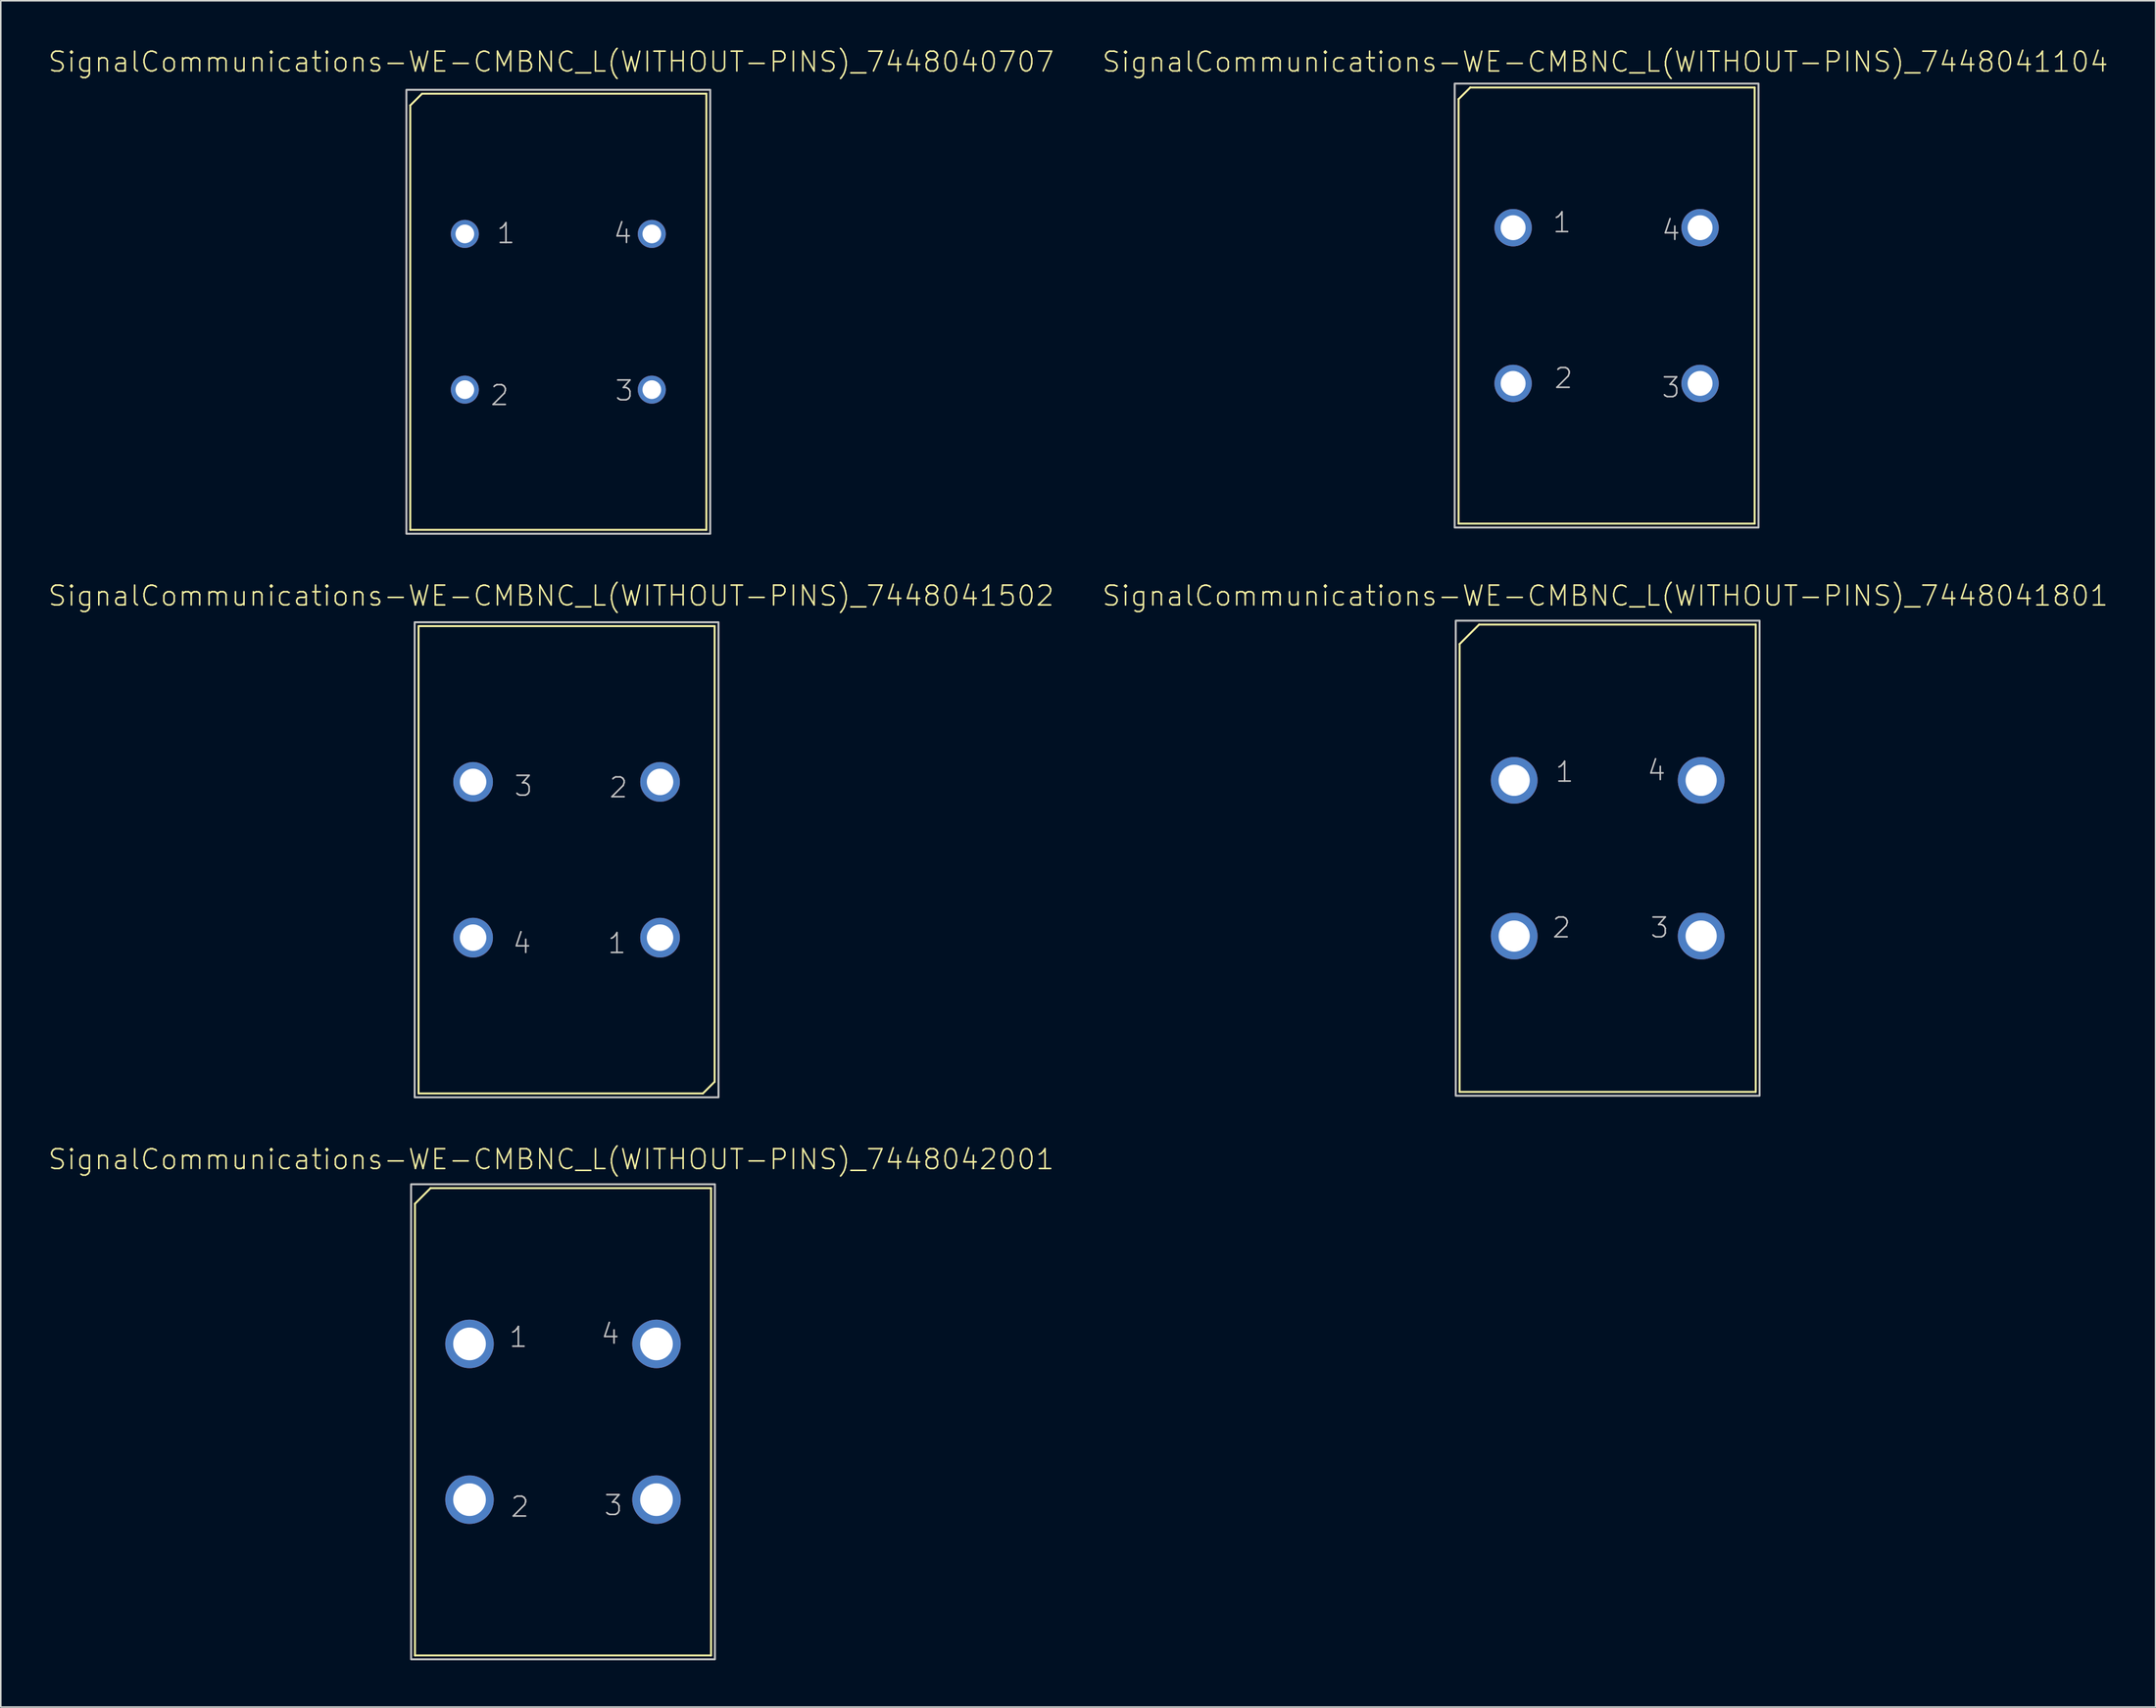
<source format=kicad_pcb>
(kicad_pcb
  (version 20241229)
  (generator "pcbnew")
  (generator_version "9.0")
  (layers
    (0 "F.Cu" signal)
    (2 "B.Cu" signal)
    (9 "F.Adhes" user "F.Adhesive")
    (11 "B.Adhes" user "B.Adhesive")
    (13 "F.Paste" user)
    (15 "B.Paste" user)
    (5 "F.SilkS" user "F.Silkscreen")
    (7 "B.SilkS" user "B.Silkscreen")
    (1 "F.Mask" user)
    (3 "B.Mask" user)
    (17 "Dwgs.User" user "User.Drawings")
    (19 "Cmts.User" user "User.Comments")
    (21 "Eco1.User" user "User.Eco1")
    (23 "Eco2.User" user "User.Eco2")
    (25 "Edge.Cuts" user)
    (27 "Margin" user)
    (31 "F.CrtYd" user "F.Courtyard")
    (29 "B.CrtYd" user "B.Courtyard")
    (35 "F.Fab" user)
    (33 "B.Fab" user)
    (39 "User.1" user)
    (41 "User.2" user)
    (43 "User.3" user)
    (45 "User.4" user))
  (footprint "SignalCommunications-WE-CMBNC_L(WITHOUT-PINS)_7448041801"
    (layer "F.Cu")
    (at 100.117 52.041)
    (property "Reference" "SignalCommunications-WE-CMBNC_L(WITHOUT-PINS)_7448041801" (at -0.157 -16.843 0) (layer "F.SilkS") (effects (font (size 1.27 1.27) (thickness 0.102))))
    (attr exclude_from_pos_files exclude_from_bom)
    (fp_line (start -9.5 14.999) (end -9.5 -13.749) (stroke (width 0.127) (type solid)) (layer "F.SilkS"))
    (fp_line (start -8.25 -14.999) (end -9.5 -13.749) (stroke (width 0.127) (type solid)) (layer "F.SilkS"))
    (fp_line (start -8.25 -14.999) (end 9.5 -14.999) (stroke (width 0.127) (type solid)) (layer "F.SilkS"))
    (fp_line (start 9.5 -14.999) (end 9.5 14.999) (stroke (width 0.127) (type solid)) (layer "F.SilkS"))
    (fp_line (start 9.5 14.999) (end -9.5 14.999) (stroke (width 0.127) (type solid)) (layer "F.SilkS"))
    (fp_poly (pts (xy -9.749 15.248) (xy -9.749 -15.248) (xy 9.749 -15.248) (xy 9.749 15.248) (xy -9.749 15.248)) (stroke (width 0.127) (type solid)) (fill no) (layer "Dwgs.User"))
    (fp_text user "2" (at -2.964 4.463 0) (layer "Dwgs.User") (effects (font (size 1.27 1.27) (thickness 0.102))))
    (fp_text user "3" (at 3.332 4.463 0) (layer "Dwgs.User") (effects (font (size 1.27 1.27) (thickness 0.102))))
    (fp_text user "4" (at 3.134 -5.634 0) (layer "Dwgs.User") (effects (font (size 1.27 1.27) (thickness 0.102))))
    (fp_text user "1" (at -2.764 -5.535 0) (layer "Dwgs.User") (effects (font (size 1.27 1.27) (thickness 0.102))))
    (pad "1" thru_hole circle (at -5.999 -4.999) (size 3 3) (drill 1.999) (layers "*.Cu" "*.Paste" "*.Mask"))
    (pad "2" thru_hole circle (at -5.999 4.999) (size 3 3) (drill 1.999) (layers "*.Cu" "*.Paste" "*.Mask"))
    (pad "3" thru_hole circle (at 5.999 4.999) (size 3 3) (drill 1.999) (layers "*.Cu" "*.Paste" "*.Mask"))
    (pad "4" thru_hole circle (at 5.999 -4.999) (size 3 3) (drill 1.999) (layers "*.Cu" "*.Paste" "*.Mask")))
  (footprint "SignalCommunications-WE-CMBNC_L(WITHOUT-PINS)_7448042001"
    (layer "F.Cu")
    (at 33.079 88.218)
    (property "Reference" "SignalCommunications-WE-CMBNC_L(WITHOUT-PINS)_7448042001" (at -0.759 -16.843 0) (layer "F.SilkS") (effects (font (size 1.27 1.27) (thickness 0.102))))
    (attr exclude_from_pos_files exclude_from_bom)
    (fp_line (start -9.5 -13.998) (end -8.499 -14.999) (stroke (width 0.127) (type solid)) (layer "F.SilkS"))
    (fp_line (start -9.5 14.999) (end -9.5 -13.998) (stroke (width 0.127) (type solid)) (layer "F.SilkS"))
    (fp_line (start -8.499 -14.999) (end 9.5 -14.999) (stroke (width 0.127) (type solid)) (layer "F.SilkS"))
    (fp_line (start 9.5 -14.999) (end 9.5 14.999) (stroke (width 0.127) (type solid)) (layer "F.SilkS"))
    (fp_line (start 9.5 14.999) (end -9.5 14.999) (stroke (width 0.127) (type solid)) (layer "F.SilkS"))
    (fp_poly (pts (xy 9.749 -15.248) (xy 9.749 15.248) (xy -9.749 15.248) (xy -9.749 -15.248) (xy 9.749 -15.248)) (stroke (width 0.127) (type solid)) (fill no) (layer "Dwgs.User"))
    (fp_text user "3" (at 3.233 5.364 0) (layer "Dwgs.User") (effects (font (size 1.27 1.27) (thickness 0.102))))
    (fp_text user "2" (at -2.764 5.464 0) (layer "Dwgs.User") (effects (font (size 1.27 1.27) (thickness 0.102))))
    (fp_text user "1" (at -2.863 -5.433 0) (layer "Dwgs.User") (effects (font (size 1.27 1.27) (thickness 0.102))))
    (fp_text user "4" (at 3.033 -5.634 0) (layer "Dwgs.User") (effects (font (size 1.27 1.27) (thickness 0.102))))
    (pad "1" thru_hole circle (at -5.999 -4.999) (size 3.114 3.114) (drill 2.098) (layers "*.Cu" "*.Paste" "*.Mask"))
    (pad "2" thru_hole circle (at -5.999 4.999) (size 3.114 3.114) (drill 2.098) (layers "*.Cu" "*.Paste" "*.Mask"))
    (pad "3" thru_hole circle (at 5.999 4.999) (size 3.114 3.114) (drill 2.098) (layers "*.Cu" "*.Paste" "*.Mask"))
    (pad "4" thru_hole circle (at 5.999 -4.999) (size 3.114 3.114) (drill 2.098) (layers "*.Cu" "*.Paste" "*.Mask")))
  (footprint "SignalCommunications-WE-CMBNC_L(WITHOUT-PINS)_7448040707"
    (layer "F.Cu")
    (at 32.779 16.964)
    (property "Reference" "SignalCommunications-WE-CMBNC_L(WITHOUT-PINS)_7448040707" (at -0.46 -16.043 0) (layer "F.SilkS") (effects (font (size 1.27 1.27) (thickness 0.102))))
    (attr exclude_from_pos_files exclude_from_bom)
    (fp_line (start -9.5 13.998) (end -9.5 -13.249) (stroke (width 0.127) (type solid)) (layer "F.SilkS"))
    (fp_line (start -8.748 -13.998) (end -9.5 -13.249) (stroke (width 0.127) (type solid)) (layer "F.SilkS"))
    (fp_line (start -8.748 -13.998) (end 9.5 -13.998) (stroke (width 0.127) (type solid)) (layer "F.SilkS"))
    (fp_line (start 9.5 -13.998) (end 9.5 13.998) (stroke (width 0.127) (type solid)) (layer "F.SilkS"))
    (fp_line (start 9.5 13.998) (end -9.5 13.998) (stroke (width 0.127) (type solid)) (layer "F.SilkS"))
    (fp_poly (pts (xy 9.749 -14.249) (xy 9.749 14.249) (xy -9.749 14.249) (xy -9.749 -14.249) (xy 9.749 -14.249)) (stroke (width 0.127) (type solid)) (fill no) (layer "Dwgs.User"))
    (fp_text user "4" (at 4.133 -5.034 0) (layer "Dwgs.User") (effects (font (size 1.27 1.27) (thickness 0.102))))
    (fp_text user "1" (at -3.363 -5.034 0) (layer "Dwgs.User") (effects (font (size 1.27 1.27) (thickness 0.102))))
    (fp_text user "3" (at 4.234 5.065 0) (layer "Dwgs.User") (effects (font (size 1.27 1.27) (thickness 0.102))))
    (fp_text user "2" (at -3.764 5.364 0) (layer "Dwgs.User") (effects (font (size 1.27 1.27) (thickness 0.102))))
    (pad "1" thru_hole circle (at -5.999 -4.999) (size 1.798 1.798) (drill 1.199) (layers "*.Cu" "*.Paste" "*.Mask"))
    (pad "2" thru_hole circle (at -5.999 4.999) (size 1.798 1.798) (drill 1.199) (layers "*.Cu" "*.Paste" "*.Mask"))
    (pad "3" thru_hole circle (at 5.999 4.999) (size 1.798 1.798) (drill 1.199) (layers "*.Cu" "*.Paste" "*.Mask"))
    (pad "4" thru_hole circle (at 5.999 -4.999) (size 1.798 1.798) (drill 1.199) (layers "*.Cu" "*.Paste" "*.Mask")))
  (footprint "SignalCommunications-WE-CMBNC_L(WITHOUT-PINS)_7448041502"
    (layer "F.Cu")
    (at 33.308 52.142)
    (property "Reference" "SignalCommunications-WE-CMBNC_L(WITHOUT-PINS)_7448041502" (at -0.988 -16.944 0) (layer "F.SilkS") (effects (font (size 1.27 1.27) (thickness 0.102))))
    (attr exclude_from_pos_files exclude_from_bom)
    (fp_line (start -9.5 -14.999) (end 9.5 -14.999) (stroke (width 0.127) (type solid)) (layer "F.SilkS"))
    (fp_line (start -9.5 14.999) (end -9.5 -14.999) (stroke (width 0.127) (type solid)) (layer "F.SilkS"))
    (fp_line (start 8.748 14.999) (end -9.5 14.999) (stroke (width 0.127) (type solid)) (layer "F.SilkS"))
    (fp_line (start 8.748 14.999) (end 9.5 14.249) (stroke (width 0.127) (type solid)) (layer "F.SilkS"))
    (fp_line (start 9.5 -14.999) (end 9.5 14.249) (stroke (width 0.127) (type solid)) (layer "F.SilkS"))
    (fp_poly (pts (xy 9.749 -15.248) (xy 9.749 15.248) (xy -9.749 15.248) (xy -9.749 -15.248) (xy 9.749 -15.248)) (stroke (width 0.127) (type solid)) (fill no) (layer "Dwgs.User"))
    (fp_text user "4" (at -2.863 5.364 0) (layer "Dwgs.User") (effects (font (size 1.27 1.27) (thickness 0.102))))
    (fp_text user "3" (at -2.764 -4.735 0) (layer "Dwgs.User") (effects (font (size 1.27 1.27) (thickness 0.102))))
    (fp_text user "1" (at 3.233 5.364 0) (layer "Dwgs.User") (effects (font (size 1.27 1.27) (thickness 0.102))))
    (fp_text user "2" (at 3.332 -4.633 0) (layer "Dwgs.User") (effects (font (size 1.27 1.27) (thickness 0.102))))
    (pad "1" thru_hole circle (at 5.999 4.999) (size 2.548 2.548) (drill 1.699) (layers "*.Cu" "*.Paste" "*.Mask"))
    (pad "2" thru_hole circle (at 5.999 -4.999) (size 2.548 2.548) (drill 1.699) (layers "*.Cu" "*.Paste" "*.Mask"))
    (pad "3" thru_hole circle (at -5.999 -4.999) (size 2.548 2.548) (drill 1.699) (layers "*.Cu" "*.Paste" "*.Mask"))
    (pad "4" thru_hole circle (at -5.999 4.999) (size 2.548 2.548) (drill 1.699) (layers "*.Cu" "*.Paste" "*.Mask")))
  (footprint "SignalCommunications-WE-CMBNC_L(WITHOUT-PINS)_7448041104"
    (layer "F.Cu")
    (at 100.048 16.565)
    (property "Reference" "SignalCommunications-WE-CMBNC_L(WITHOUT-PINS)_7448041104" (at -0.089 -15.644 0) (layer "F.SilkS") (effects (font (size 1.27 1.27) (thickness 0.102))))
    (attr exclude_from_pos_files exclude_from_bom)
    (fp_line (start -9.5 13.998) (end -9.5 -13.249) (stroke (width 0.127) (type solid)) (layer "F.SilkS"))
    (fp_line (start -8.748 -13.998) (end -9.5 -13.249) (stroke (width 0.127) (type solid)) (layer "F.SilkS"))
    (fp_line (start -8.748 -13.998) (end 9.5 -13.998) (stroke (width 0.127) (type solid)) (layer "F.SilkS"))
    (fp_line (start 9.5 -13.998) (end 9.5 13.998) (stroke (width 0.127) (type solid)) (layer "F.SilkS"))
    (fp_line (start 9.5 13.998) (end -9.5 13.998) (stroke (width 0.127) (type solid)) (layer "F.SilkS"))
    (fp_poly (pts (xy -9.749 14.249) (xy -9.749 -14.249) (xy 9.749 -14.249) (xy 9.749 14.249) (xy -9.749 14.249)) (stroke (width 0.127) (type solid)) (fill no) (layer "Dwgs.User"))
    (fp_text user "3" (at 4.133 5.263 0) (layer "Dwgs.User") (effects (font (size 1.27 1.27) (thickness 0.102))))
    (fp_text user "1" (at -2.863 -5.334 0) (layer "Dwgs.User") (effects (font (size 1.27 1.27) (thickness 0.102))))
    (fp_text user "4" (at 4.133 -4.834 0) (layer "Dwgs.User") (effects (font (size 1.27 1.27) (thickness 0.102))))
    (fp_text user "2" (at -2.764 4.663 0) (layer "Dwgs.User") (effects (font (size 1.27 1.27) (thickness 0.102))))
    (pad "1" thru_hole circle (at -5.999 -4.999) (size 2.398 2.398) (drill 1.598) (layers "*.Cu" "*.Paste" "*.Mask"))
    (pad "2" thru_hole circle (at -5.999 4.999) (size 2.398 2.398) (drill 1.598) (layers "*.Cu" "*.Paste" "*.Mask"))
    (pad "3" thru_hole circle (at 5.999 4.999) (size 2.398 2.398) (drill 1.598) (layers "*.Cu" "*.Paste" "*.Mask"))
    (pad "4" thru_hole circle (at 5.999 -4.999) (size 2.398 2.398) (drill 1.598) (layers "*.Cu" "*.Paste" "*.Mask")))
  (gr_rect
    (start -3 -3)
    (end 135.279 106.529)
    (stroke (width 0.1) (type default))
    (fill no)
    (layer "Edge.Cuts")))
</source>
